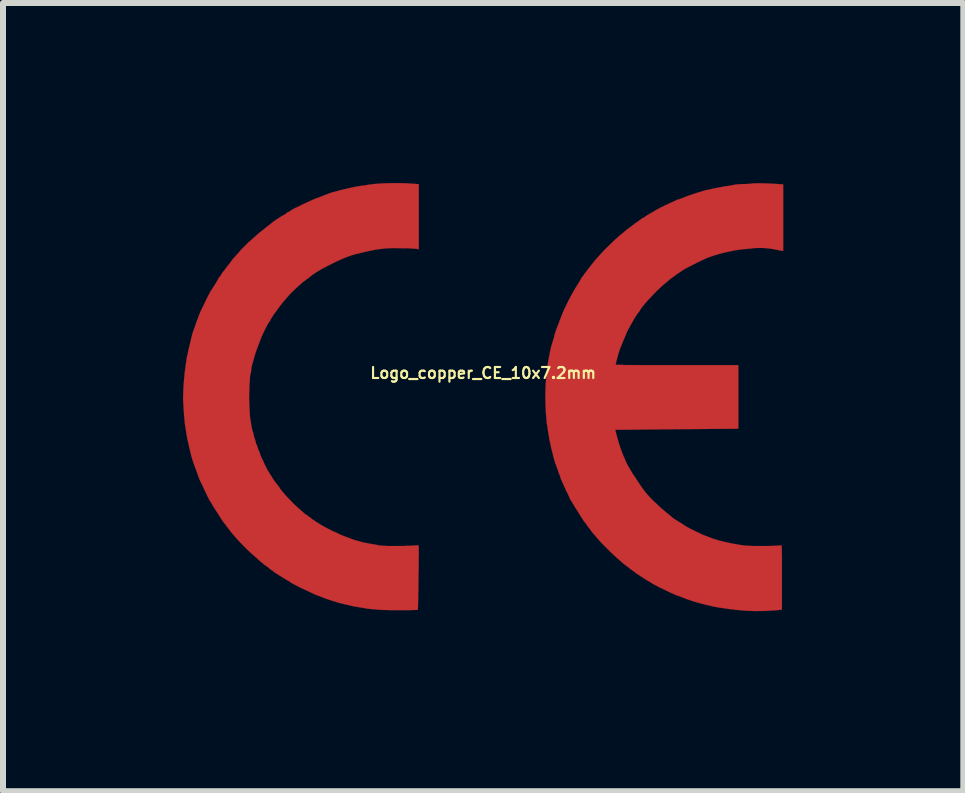
<source format=kicad_pcb>
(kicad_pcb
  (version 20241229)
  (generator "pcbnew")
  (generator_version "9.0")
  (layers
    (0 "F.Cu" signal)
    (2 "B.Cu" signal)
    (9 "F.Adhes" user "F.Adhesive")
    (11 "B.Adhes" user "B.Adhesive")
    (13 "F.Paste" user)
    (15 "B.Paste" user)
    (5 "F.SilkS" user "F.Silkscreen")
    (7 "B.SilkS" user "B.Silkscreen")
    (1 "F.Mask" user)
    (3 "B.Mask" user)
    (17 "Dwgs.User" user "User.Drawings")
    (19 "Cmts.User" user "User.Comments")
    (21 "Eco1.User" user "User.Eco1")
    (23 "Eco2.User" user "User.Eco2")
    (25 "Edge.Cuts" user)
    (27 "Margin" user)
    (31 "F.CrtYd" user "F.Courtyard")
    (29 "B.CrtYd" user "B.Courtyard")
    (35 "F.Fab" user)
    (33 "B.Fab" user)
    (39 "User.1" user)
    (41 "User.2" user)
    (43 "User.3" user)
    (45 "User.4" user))
  (footprint "Logo_copper_CE_10x7.2mm"
    (layer "F.Cu")
    (at 5 3.565)
    (property "Reference" "Logo_copper_CE_10x7.2mm" (at 0 -0.4 0) (layer "F.SilkS") (effects (font (size 0.183 0.183) (thickness 0.036))))
    (attr through_hole)
    (fp_poly (pts (xy 4.999 -2.433) (xy 4.971 -2.438) (xy 4.877 -2.456) (xy 4.798 -2.471) (xy 4.727 -2.479) (xy 4.658 -2.484) (xy 4.61 -2.484) (xy 4.524 -2.482) (xy 4.425 -2.471) (xy 4.318 -2.461) (xy 4.209 -2.446) (xy 4.107 -2.426) (xy 4.013 -2.405) (xy 3.937 -2.385) (xy 3.868 -2.365) (xy 3.815 -2.347) (xy 3.767 -2.332) (xy 3.724 -2.314) (xy 3.678 -2.294) (xy 3.625 -2.268) (xy 3.561 -2.238) (xy 3.528 -2.22) (xy 3.452 -2.182) (xy 3.388 -2.149) (xy 3.332 -2.118) (xy 3.282 -2.083) (xy 3.226 -2.045) (xy 3.162 -1.999) (xy 3.127 -1.974) (xy 3.061 -1.918) (xy 2.985 -1.854) (xy 2.908 -1.783) (xy 2.835 -1.709) (xy 2.769 -1.638) (xy 2.718 -1.582) (xy 2.692 -1.552) (xy 2.67 -1.524) (xy 2.654 -1.506) (xy 2.637 -1.483) (xy 2.619 -1.455) (xy 2.606 -1.433) (xy 2.596 -1.42) (xy 2.583 -1.405) (xy 2.56 -1.372) (xy 2.53 -1.326) (xy 2.497 -1.27) (xy 2.461 -1.204) (xy 2.449 -1.186) (xy 2.433 -1.153) (xy 2.418 -1.13) (xy 2.413 -1.118) (xy 2.405 -1.102) (xy 2.393 -1.077) (xy 2.388 -1.064) (xy 2.372 -1.026) (xy 2.355 -0.986) (xy 2.352 -0.978) (xy 2.332 -0.932) (xy 2.311 -0.879) (xy 2.289 -0.826) (xy 2.271 -0.777) (xy 2.258 -0.734) (xy 2.248 -0.706) (xy 2.248 -0.704) (xy 2.24 -0.673) (xy 2.23 -0.635) (xy 2.223 -0.61) (xy 2.215 -0.577) (xy 2.21 -0.551) (xy 2.207 -0.541) (xy 2.217 -0.538) (xy 2.248 -0.536) (xy 2.296 -0.536) (xy 2.365 -0.533) (xy 2.451 -0.533) (xy 2.553 -0.533) (xy 2.672 -0.531) (xy 2.809 -0.531) (xy 2.959 -0.531) (xy 3.124 -0.531) (xy 3.231 -0.531) (xy 4.252 -0.531) (xy 4.252 0) (xy 4.252 0.528) (xy 3.226 0.536) (xy 2.2 0.546) (xy 2.225 0.64) (xy 2.243 0.709) (xy 2.266 0.785) (xy 2.289 0.856) (xy 2.314 0.922) (xy 2.332 0.97) (xy 2.349 1.006) (xy 2.365 1.041) (xy 2.367 1.052) (xy 2.385 1.092) (xy 2.403 1.128) (xy 2.423 1.163) (xy 2.446 1.201) (xy 2.469 1.242) (xy 2.499 1.29) (xy 2.535 1.341) (xy 2.568 1.394) (xy 2.603 1.445) (xy 2.631 1.488) (xy 2.654 1.521) (xy 2.67 1.542) (xy 2.672 1.542) (xy 2.692 1.57) (xy 2.715 1.6) (xy 2.741 1.631) (xy 2.779 1.671) (xy 2.827 1.722) (xy 2.883 1.773) (xy 2.941 1.829) (xy 3 1.88) (xy 3.056 1.928) (xy 3.091 1.956) (xy 3.117 1.976) (xy 3.137 1.994) (xy 3.142 1.999) (xy 3.157 2.012) (xy 3.185 2.032) (xy 3.218 2.052) (xy 3.254 2.075) (xy 3.287 2.095) (xy 3.31 2.111) (xy 3.322 2.116) (xy 3.332 2.121) (xy 3.332 2.123) (xy 3.34 2.131) (xy 3.365 2.146) (xy 3.401 2.167) (xy 3.447 2.192) (xy 3.498 2.217) (xy 3.548 2.243) (xy 3.602 2.268) (xy 3.65 2.291) (xy 3.691 2.306) (xy 3.696 2.309) (xy 3.807 2.352) (xy 3.919 2.388) (xy 4.031 2.416) (xy 4.148 2.441) (xy 4.28 2.464) (xy 4.354 2.474) (xy 4.389 2.477) (xy 4.435 2.479) (xy 4.493 2.482) (xy 4.559 2.482) (xy 4.63 2.482) (xy 4.702 2.482) (xy 4.77 2.482) (xy 4.834 2.479) (xy 4.887 2.477) (xy 4.928 2.474) (xy 4.956 2.471) (xy 4.961 2.469) (xy 4.966 2.469) (xy 4.968 2.471) (xy 4.971 2.477) (xy 4.973 2.492) (xy 4.976 2.512) (xy 4.976 2.543) (xy 4.976 2.583) (xy 4.978 2.639) (xy 4.978 2.708) (xy 4.978 2.791) (xy 4.978 2.893) (xy 4.978 3.002) (xy 4.978 3.543) (xy 4.839 3.556) (xy 4.684 3.564) (xy 4.519 3.566) (xy 4.354 3.559) (xy 4.272 3.551) (xy 4.214 3.546) (xy 4.155 3.538) (xy 4.105 3.533) (xy 4.067 3.528) (xy 4.018 3.52) (xy 3.965 3.513) (xy 3.932 3.508) (xy 3.886 3.5) (xy 3.833 3.49) (xy 3.802 3.482) (xy 3.759 3.472) (xy 3.706 3.459) (xy 3.655 3.447) (xy 3.647 3.444) (xy 3.569 3.424) (xy 3.493 3.401) (xy 3.409 3.373) (xy 3.317 3.338) (xy 3.277 3.322) (xy 3.251 3.312) (xy 3.223 3.302) (xy 3.221 3.302) (xy 3.195 3.292) (xy 3.157 3.274) (xy 3.109 3.254) (xy 3.058 3.228) (xy 3.005 3.203) (xy 2.951 3.178) (xy 2.903 3.152) (xy 2.863 3.132) (xy 2.835 3.117) (xy 2.822 3.109) (xy 2.809 3.099) (xy 2.797 3.091) (xy 2.756 3.068) (xy 2.725 3.051) (xy 2.715 3.043) (xy 2.7 3.035) (xy 2.675 3.018) (xy 2.642 2.997) (xy 2.626 2.987) (xy 2.591 2.964) (xy 2.563 2.946) (xy 2.548 2.936) (xy 2.545 2.934) (xy 2.535 2.924) (xy 2.512 2.908) (xy 2.504 2.903) (xy 2.482 2.885) (xy 2.466 2.875) (xy 2.464 2.873) (xy 2.451 2.863) (xy 2.431 2.847) (xy 2.423 2.84) (xy 2.367 2.799) (xy 2.337 2.776) (xy 2.324 2.764) (xy 2.301 2.743) (xy 2.268 2.715) (xy 2.23 2.682) (xy 2.223 2.675) (xy 2.174 2.631) (xy 2.116 2.576) (xy 2.057 2.517) (xy 1.999 2.459) (xy 1.946 2.403) (xy 1.905 2.355) (xy 1.892 2.342) (xy 1.869 2.314) (xy 1.849 2.289) (xy 1.844 2.286) (xy 1.824 2.263) (xy 1.803 2.233) (xy 1.798 2.228) (xy 1.783 2.205) (xy 1.77 2.189) (xy 1.768 2.187) (xy 1.76 2.177) (xy 1.742 2.154) (xy 1.727 2.131) (xy 1.707 2.103) (xy 1.692 2.083) (xy 1.684 2.075) (xy 1.676 2.065) (xy 1.661 2.04) (xy 1.638 2.007) (xy 1.613 1.966) (xy 1.61 1.961) (xy 1.585 1.92) (xy 1.562 1.885) (xy 1.544 1.857) (xy 1.537 1.844) (xy 1.527 1.831) (xy 1.514 1.806) (xy 1.491 1.77) (xy 1.488 1.765) (xy 1.478 1.745) (xy 1.471 1.737) (xy 1.463 1.725) (xy 1.45 1.702) (xy 1.433 1.666) (xy 1.415 1.623) (xy 1.394 1.582) (xy 1.374 1.542) (xy 1.364 1.516) (xy 1.349 1.486) (xy 1.331 1.445) (xy 1.316 1.412) (xy 1.303 1.379) (xy 1.29 1.354) (xy 1.288 1.339) (xy 1.283 1.321) (xy 1.278 1.311) (xy 1.27 1.29) (xy 1.257 1.26) (xy 1.247 1.227) (xy 1.234 1.189) (xy 1.222 1.156) (xy 1.217 1.138) (xy 1.201 1.102) (xy 1.186 1.049) (xy 1.168 0.986) (xy 1.151 0.914) (xy 1.133 0.841) (xy 1.118 0.767) (xy 1.102 0.701) (xy 1.095 0.648) (xy 1.087 0.61) (xy 1.082 0.574) (xy 1.079 0.556) (xy 1.059 0.424) (xy 1.046 0.277) (xy 1.039 0.122) (xy 1.036 -0.033) (xy 1.041 -0.185) (xy 1.041 -0.191) (xy 1.046 -0.257) (xy 1.052 -0.32) (xy 1.054 -0.376) (xy 1.059 -0.422) (xy 1.062 -0.447) (xy 1.069 -0.493) (xy 1.077 -0.544) (xy 1.082 -0.584) (xy 1.097 -0.663) (xy 1.113 -0.747) (xy 1.13 -0.826) (xy 1.151 -0.897) (xy 1.168 -0.955) (xy 1.176 -0.978) (xy 1.184 -1.003) (xy 1.186 -1.019) (xy 1.189 -1.036) (xy 1.199 -1.067) (xy 1.212 -1.107) (xy 1.229 -1.153) (xy 1.247 -1.199) (xy 1.257 -1.222) (xy 1.265 -1.242) (xy 1.275 -1.275) (xy 1.283 -1.293) (xy 1.308 -1.359) (xy 1.341 -1.44) (xy 1.384 -1.529) (xy 1.43 -1.623) (xy 1.481 -1.717) (xy 1.532 -1.806) (xy 1.582 -1.887) (xy 1.6 -1.915) (xy 1.618 -1.946) (xy 1.631 -1.968) (xy 1.636 -1.979) (xy 1.641 -1.991) (xy 1.643 -1.994) (xy 1.654 -2.002) (xy 1.666 -2.019) (xy 1.669 -2.022) (xy 1.684 -2.047) (xy 1.699 -2.068) (xy 1.714 -2.083) (xy 1.732 -2.108) (xy 1.737 -2.116) (xy 1.755 -2.141) (xy 1.77 -2.159) (xy 1.773 -2.162) (xy 1.786 -2.177) (xy 1.803 -2.202) (xy 1.808 -2.207) (xy 1.854 -2.266) (xy 1.913 -2.332) (xy 1.979 -2.405) (xy 2.05 -2.479) (xy 2.123 -2.55) (xy 2.195 -2.619) (xy 2.261 -2.677) (xy 2.268 -2.685) (xy 2.306 -2.715) (xy 2.339 -2.743) (xy 2.365 -2.764) (xy 2.377 -2.776) (xy 2.426 -2.814) (xy 2.464 -2.842) (xy 2.489 -2.86) (xy 2.507 -2.875) (xy 2.512 -2.878) (xy 2.527 -2.891) (xy 2.553 -2.908) (xy 2.563 -2.913) (xy 2.591 -2.934) (xy 2.614 -2.951) (xy 2.619 -2.954) (xy 2.642 -2.972) (xy 2.664 -2.985) (xy 2.687 -2.997) (xy 2.697 -3.005) (xy 2.71 -3.012) (xy 2.728 -3.025) (xy 2.748 -3.038) (xy 2.781 -3.056) (xy 2.819 -3.078) (xy 2.832 -3.086) (xy 2.873 -3.111) (xy 2.913 -3.134) (xy 2.949 -3.152) (xy 2.954 -3.155) (xy 3.025 -3.19) (xy 3.091 -3.221) (xy 3.147 -3.246) (xy 3.195 -3.269) (xy 3.228 -3.284) (xy 3.249 -3.292) (xy 3.266 -3.294) (xy 3.299 -3.307) (xy 3.35 -3.327) (xy 3.388 -3.343) (xy 3.533 -3.393) (xy 3.693 -3.442) (xy 3.866 -3.48) (xy 4.046 -3.513) (xy 4.069 -3.515) (xy 4.115 -3.523) (xy 4.161 -3.531) (xy 4.194 -3.538) (xy 4.232 -3.543) (xy 4.277 -3.546) (xy 4.318 -3.548) (xy 4.364 -3.548) (xy 4.417 -3.551) (xy 4.473 -3.556) (xy 4.488 -3.559) (xy 4.549 -3.561) (xy 4.625 -3.561) (xy 4.717 -3.559) (xy 4.793 -3.556) (xy 4.999 -3.543) (xy 4.999 -2.987) (xy 4.999 -2.433)) (stroke (width 0.003) (type solid)) (fill yes) (layer "F.Cu"))
    (fp_poly (pts (xy -1.072 -2.461) (xy -1.11 -2.469) (xy -1.133 -2.471) (xy -1.171 -2.474) (xy -1.222 -2.477) (xy -1.283 -2.479) (xy -1.346 -2.479) (xy -1.491 -2.482) (xy -1.618 -2.477) (xy -1.732 -2.464) (xy -1.803 -2.454) (xy -1.923 -2.428) (xy -2.024 -2.405) (xy -2.116 -2.383) (xy -2.197 -2.36) (xy -2.273 -2.332) (xy -2.349 -2.301) (xy -2.428 -2.266) (xy -2.502 -2.23) (xy -2.603 -2.179) (xy -2.697 -2.129) (xy -2.779 -2.08) (xy -2.845 -2.035) (xy -2.896 -1.996) (xy -2.906 -1.986) (xy -2.921 -1.976) (xy -2.946 -1.958) (xy -2.954 -1.951) (xy -2.979 -1.933) (xy -2.997 -1.92) (xy -3.002 -1.918) (xy -3.015 -1.905) (xy -3.038 -1.885) (xy -3.068 -1.857) (xy -3.084 -1.844) (xy -3.127 -1.803) (xy -3.165 -1.768) (xy -3.2 -1.735) (xy -3.236 -1.694) (xy -3.277 -1.648) (xy -3.31 -1.61) (xy -3.348 -1.565) (xy -3.386 -1.516) (xy -3.424 -1.463) (xy -3.462 -1.412) (xy -3.495 -1.367) (xy -3.52 -1.326) (xy -3.538 -1.298) (xy -3.546 -1.28) (xy -3.546 -1.278) (xy -3.553 -1.265) (xy -3.564 -1.255) (xy -3.581 -1.227) (xy -3.602 -1.189) (xy -3.625 -1.146) (xy -3.65 -1.095) (xy -3.673 -1.046) (xy -3.693 -1.001) (xy -3.708 -0.963) (xy -3.719 -0.937) (xy -3.721 -0.927) (xy -3.726 -0.907) (xy -3.729 -0.904) (xy -3.736 -0.889) (xy -3.747 -0.861) (xy -3.752 -0.848) (xy -3.762 -0.818) (xy -3.769 -0.798) (xy -3.772 -0.792) (xy -3.777 -0.782) (xy -3.782 -0.767) (xy -3.79 -0.742) (xy -3.802 -0.704) (xy -3.815 -0.658) (xy -3.823 -0.632) (xy -3.833 -0.594) (xy -3.843 -0.561) (xy -3.853 -0.523) (xy -3.861 -0.488) (xy -3.863 -0.465) (xy -3.866 -0.432) (xy -3.873 -0.399) (xy -3.881 -0.368) (xy -3.886 -0.32) (xy -3.889 -0.257) (xy -3.894 -0.188) (xy -3.896 -0.109) (xy -3.899 -0.03) (xy -3.899 0.043) (xy -3.896 0.117) (xy -3.894 0.173) (xy -3.889 0.264) (xy -3.884 0.34) (xy -3.873 0.406) (xy -3.863 0.47) (xy -3.851 0.533) (xy -3.83 0.602) (xy -3.823 0.638) (xy -3.81 0.681) (xy -3.797 0.721) (xy -3.79 0.749) (xy -3.782 0.78) (xy -3.774 0.798) (xy -3.772 0.8) (xy -3.764 0.815) (xy -3.757 0.843) (xy -3.752 0.859) (xy -3.741 0.886) (xy -3.731 0.909) (xy -3.729 0.914) (xy -3.721 0.932) (xy -3.721 0.937) (xy -3.716 0.953) (xy -3.706 0.98) (xy -3.691 1.016) (xy -3.678 1.039) (xy -3.658 1.082) (xy -3.64 1.123) (xy -3.625 1.156) (xy -3.619 1.163) (xy -3.604 1.196) (xy -3.584 1.232) (xy -3.576 1.242) (xy -3.559 1.27) (xy -3.548 1.29) (xy -3.546 1.295) (xy -3.541 1.308) (xy -3.536 1.308) (xy -3.528 1.316) (xy -3.526 1.321) (xy -3.52 1.333) (xy -3.505 1.359) (xy -3.482 1.392) (xy -3.457 1.425) (xy -3.432 1.46) (xy -3.419 1.473) (xy -3.404 1.494) (xy -3.386 1.521) (xy -3.378 1.534) (xy -3.353 1.567) (xy -3.315 1.61) (xy -3.269 1.664) (xy -3.213 1.72) (xy -3.155 1.781) (xy -3.091 1.839) (xy -3.061 1.867) (xy -3.025 1.9) (xy -3 1.92) (xy -2.982 1.938) (xy -2.964 1.951) (xy -2.944 1.963) (xy -2.918 1.981) (xy -2.891 2.002) (xy -2.87 2.017) (xy -2.863 2.024) (xy -2.85 2.035) (xy -2.822 2.052) (xy -2.786 2.078) (xy -2.741 2.106) (xy -2.695 2.134) (xy -2.647 2.162) (xy -2.583 2.195) (xy -2.515 2.23) (xy -2.441 2.263) (xy -2.372 2.296) (xy -2.314 2.319) (xy -2.159 2.377) (xy -2.007 2.421) (xy -1.847 2.451) (xy -1.844 2.451) (xy -1.798 2.459) (xy -1.75 2.469) (xy -1.717 2.474) (xy -1.692 2.477) (xy -1.651 2.479) (xy -1.598 2.482) (xy -1.534 2.482) (xy -1.466 2.482) (xy -1.394 2.482) (xy -1.323 2.482) (xy -1.257 2.479) (xy -1.196 2.477) (xy -1.146 2.474) (xy -1.11 2.471) (xy -1.09 2.469) (xy -1.085 2.466) (xy -1.082 2.469) (xy -1.079 2.474) (xy -1.077 2.484) (xy -1.074 2.502) (xy -1.074 2.53) (xy -1.072 2.568) (xy -1.072 2.616) (xy -1.074 2.68) (xy -1.074 2.758) (xy -1.074 2.852) (xy -1.077 2.967) (xy -1.077 3) (xy -1.079 3.104) (xy -1.079 3.2) (xy -1.082 3.289) (xy -1.082 3.368) (xy -1.085 3.434) (xy -1.085 3.487) (xy -1.087 3.523) (xy -1.087 3.543) (xy -1.097 3.546) (xy -1.128 3.548) (xy -1.171 3.548) (xy -1.224 3.551) (xy -1.288 3.551) (xy -1.356 3.551) (xy -1.425 3.551) (xy -1.496 3.551) (xy -1.56 3.551) (xy -1.621 3.548) (xy -1.669 3.548) (xy -1.687 3.546) (xy -1.748 3.543) (xy -1.808 3.538) (xy -1.864 3.533) (xy -1.905 3.528) (xy -1.915 3.528) (xy -1.963 3.52) (xy -2.014 3.51) (xy -2.05 3.505) (xy -2.159 3.487) (xy -2.281 3.459) (xy -2.403 3.429) (xy -2.52 3.393) (xy -2.624 3.358) (xy -2.662 3.343) (xy -2.682 3.335) (xy -2.715 3.322) (xy -2.743 3.312) (xy -2.779 3.299) (xy -2.824 3.279) (xy -2.878 3.254) (xy -2.936 3.226) (xy -2.997 3.198) (xy -3.056 3.17) (xy -3.109 3.142) (xy -3.155 3.119) (xy -3.188 3.101) (xy -3.208 3.089) (xy -3.211 3.086) (xy -3.221 3.078) (xy -3.241 3.066) (xy -3.272 3.048) (xy -3.31 3.025) (xy -3.35 3) (xy -3.393 2.974) (xy -3.432 2.949) (xy -3.462 2.931) (xy -3.48 2.918) (xy -3.485 2.913) (xy -3.498 2.903) (xy -3.518 2.888) (xy -3.526 2.883) (xy -3.551 2.865) (xy -3.566 2.855) (xy -3.566 2.852) (xy -3.576 2.842) (xy -3.599 2.827) (xy -3.63 2.804) (xy -3.635 2.802) (xy -3.668 2.774) (xy -3.696 2.751) (xy -3.716 2.736) (xy -3.716 2.733) (xy -3.736 2.718) (xy -3.764 2.692) (xy -3.792 2.667) (xy -3.83 2.634) (xy -3.876 2.593) (xy -3.929 2.543) (xy -3.983 2.489) (xy -4.034 2.436) (xy -4.079 2.39) (xy -4.112 2.352) (xy -4.115 2.349) (xy -4.15 2.309) (xy -4.178 2.276) (xy -4.201 2.25) (xy -4.219 2.225) (xy -4.239 2.197) (xy -4.252 2.182) (xy -4.277 2.149) (xy -4.295 2.123) (xy -4.308 2.108) (xy -4.326 2.085) (xy -4.351 2.05) (xy -4.381 2.004) (xy -4.412 1.953) (xy -4.437 1.915) (xy -4.46 1.88) (xy -4.481 1.847) (xy -4.493 1.826) (xy -4.498 1.821) (xy -4.506 1.808) (xy -4.508 1.803) (xy -4.514 1.791) (xy -4.526 1.77) (xy -4.536 1.755) (xy -4.547 1.737) (xy -4.559 1.72) (xy -4.572 1.694) (xy -4.587 1.666) (xy -4.605 1.626) (xy -4.63 1.575) (xy -4.663 1.506) (xy -4.676 1.476) (xy -4.702 1.425) (xy -4.719 1.387) (xy -4.732 1.359) (xy -4.74 1.336) (xy -4.747 1.316) (xy -4.755 1.293) (xy -4.757 1.288) (xy -4.768 1.257) (xy -4.783 1.214) (xy -4.801 1.168) (xy -4.808 1.148) (xy -4.826 1.097) (xy -4.846 1.036) (xy -4.864 0.973) (xy -4.872 0.945) (xy -4.884 0.889) (xy -4.9 0.828) (xy -4.91 0.775) (xy -4.917 0.749) (xy -4.928 0.704) (xy -4.935 0.658) (xy -4.943 0.62) (xy -4.943 0.617) (xy -4.95 0.574) (xy -4.956 0.528) (xy -4.958 0.516) (xy -4.968 0.457) (xy -4.976 0.384) (xy -4.983 0.302) (xy -4.989 0.216) (xy -4.994 0.13) (xy -4.999 0.053) (xy -4.999 -0.005) (xy -4.996 -0.091) (xy -4.991 -0.193) (xy -4.983 -0.297) (xy -4.973 -0.401) (xy -4.961 -0.493) (xy -4.958 -0.511) (xy -4.953 -0.554) (xy -4.945 -0.597) (xy -4.943 -0.622) (xy -4.938 -0.655) (xy -4.928 -0.699) (xy -4.917 -0.744) (xy -4.917 -0.749) (xy -4.907 -0.798) (xy -4.892 -0.853) (xy -4.879 -0.914) (xy -4.872 -0.945) (xy -4.856 -1.008) (xy -4.844 -1.057) (xy -4.831 -1.095) (xy -4.821 -1.125) (xy -4.816 -1.138) (xy -4.808 -1.158) (xy -4.796 -1.191) (xy -4.785 -1.227) (xy -4.773 -1.262) (xy -4.76 -1.293) (xy -4.752 -1.311) (xy -4.745 -1.331) (xy -4.742 -1.339) (xy -4.74 -1.354) (xy -4.727 -1.379) (xy -4.712 -1.417) (xy -4.702 -1.44) (xy -4.663 -1.519) (xy -4.633 -1.582) (xy -4.608 -1.633) (xy -4.587 -1.676) (xy -4.569 -1.709) (xy -4.552 -1.742) (xy -4.534 -1.773) (xy -4.511 -1.808) (xy -4.486 -1.847) (xy -4.455 -1.895) (xy -4.45 -1.902) (xy -4.43 -1.938) (xy -4.415 -1.963) (xy -4.407 -1.981) (xy -4.407 -1.984) (xy -4.399 -1.994) (xy -4.389 -2.002) (xy -4.374 -2.022) (xy -4.371 -2.029) (xy -4.354 -2.057) (xy -4.338 -2.08) (xy -4.336 -2.083) (xy -4.323 -2.098) (xy -4.303 -2.123) (xy -4.275 -2.162) (xy -4.244 -2.202) (xy -4.242 -2.202) (xy -4.211 -2.243) (xy -4.183 -2.281) (xy -4.161 -2.311) (xy -4.145 -2.327) (xy -4.13 -2.344) (xy -4.105 -2.372) (xy -4.074 -2.405) (xy -4.064 -2.418) (xy -4.023 -2.464) (xy -3.988 -2.499) (xy -3.952 -2.535) (xy -3.914 -2.573) (xy -3.871 -2.611) (xy -3.823 -2.654) (xy -3.787 -2.687) (xy -3.759 -2.71) (xy -3.741 -2.728) (xy -3.726 -2.738) (xy -3.711 -2.751) (xy -3.701 -2.758) (xy -3.673 -2.781) (xy -3.647 -2.799) (xy -3.645 -2.804) (xy -3.625 -2.819) (xy -3.597 -2.842) (xy -3.566 -2.865) (xy -3.538 -2.888) (xy -3.515 -2.906) (xy -3.505 -2.913) (xy -3.495 -2.924) (xy -3.47 -2.939) (xy -3.437 -2.962) (xy -3.399 -2.987) (xy -3.36 -3.01) (xy -3.327 -3.03) (xy -3.302 -3.045) (xy -3.294 -3.048) (xy -3.277 -3.061) (xy -3.272 -3.068) (xy -3.264 -3.076) (xy -3.259 -3.076) (xy -3.246 -3.081) (xy -3.221 -3.096) (xy -3.205 -3.106) (xy -3.172 -3.127) (xy -3.132 -3.15) (xy -3.101 -3.162) (xy -3.066 -3.18) (xy -3.02 -3.203) (xy -2.969 -3.226) (xy -2.934 -3.244) (xy -2.883 -3.266) (xy -2.845 -3.284) (xy -2.814 -3.297) (xy -2.791 -3.307) (xy -2.769 -3.315) (xy -2.748 -3.322) (xy -2.637 -3.365) (xy -2.596 -3.381) (xy -2.563 -3.393) (xy -2.512 -3.411) (xy -2.449 -3.426) (xy -2.377 -3.447) (xy -2.301 -3.465) (xy -2.225 -3.482) (xy -2.151 -3.498) (xy -2.085 -3.51) (xy -2.04 -3.518) (xy -1.991 -3.523) (xy -1.946 -3.531) (xy -1.908 -3.538) (xy -1.905 -3.538) (xy -1.826 -3.548) (xy -1.732 -3.556) (xy -1.626 -3.561) (xy -1.511 -3.564) (xy -1.394 -3.564) (xy -1.28 -3.561) (xy -1.173 -3.553) (xy -1.135 -3.551) (xy -1.072 -3.546) (xy -1.072 -3.002) (xy -1.072 -2.461)) (stroke (width 0.003) (type solid)) (fill yes) (layer "F.Cu")))
  (gr_rect
    (start -3 -3)
    (end 13 10.132)
    (stroke (width 0.1) (type default))
    (fill no)
    (layer "Edge.Cuts")))
</source>
